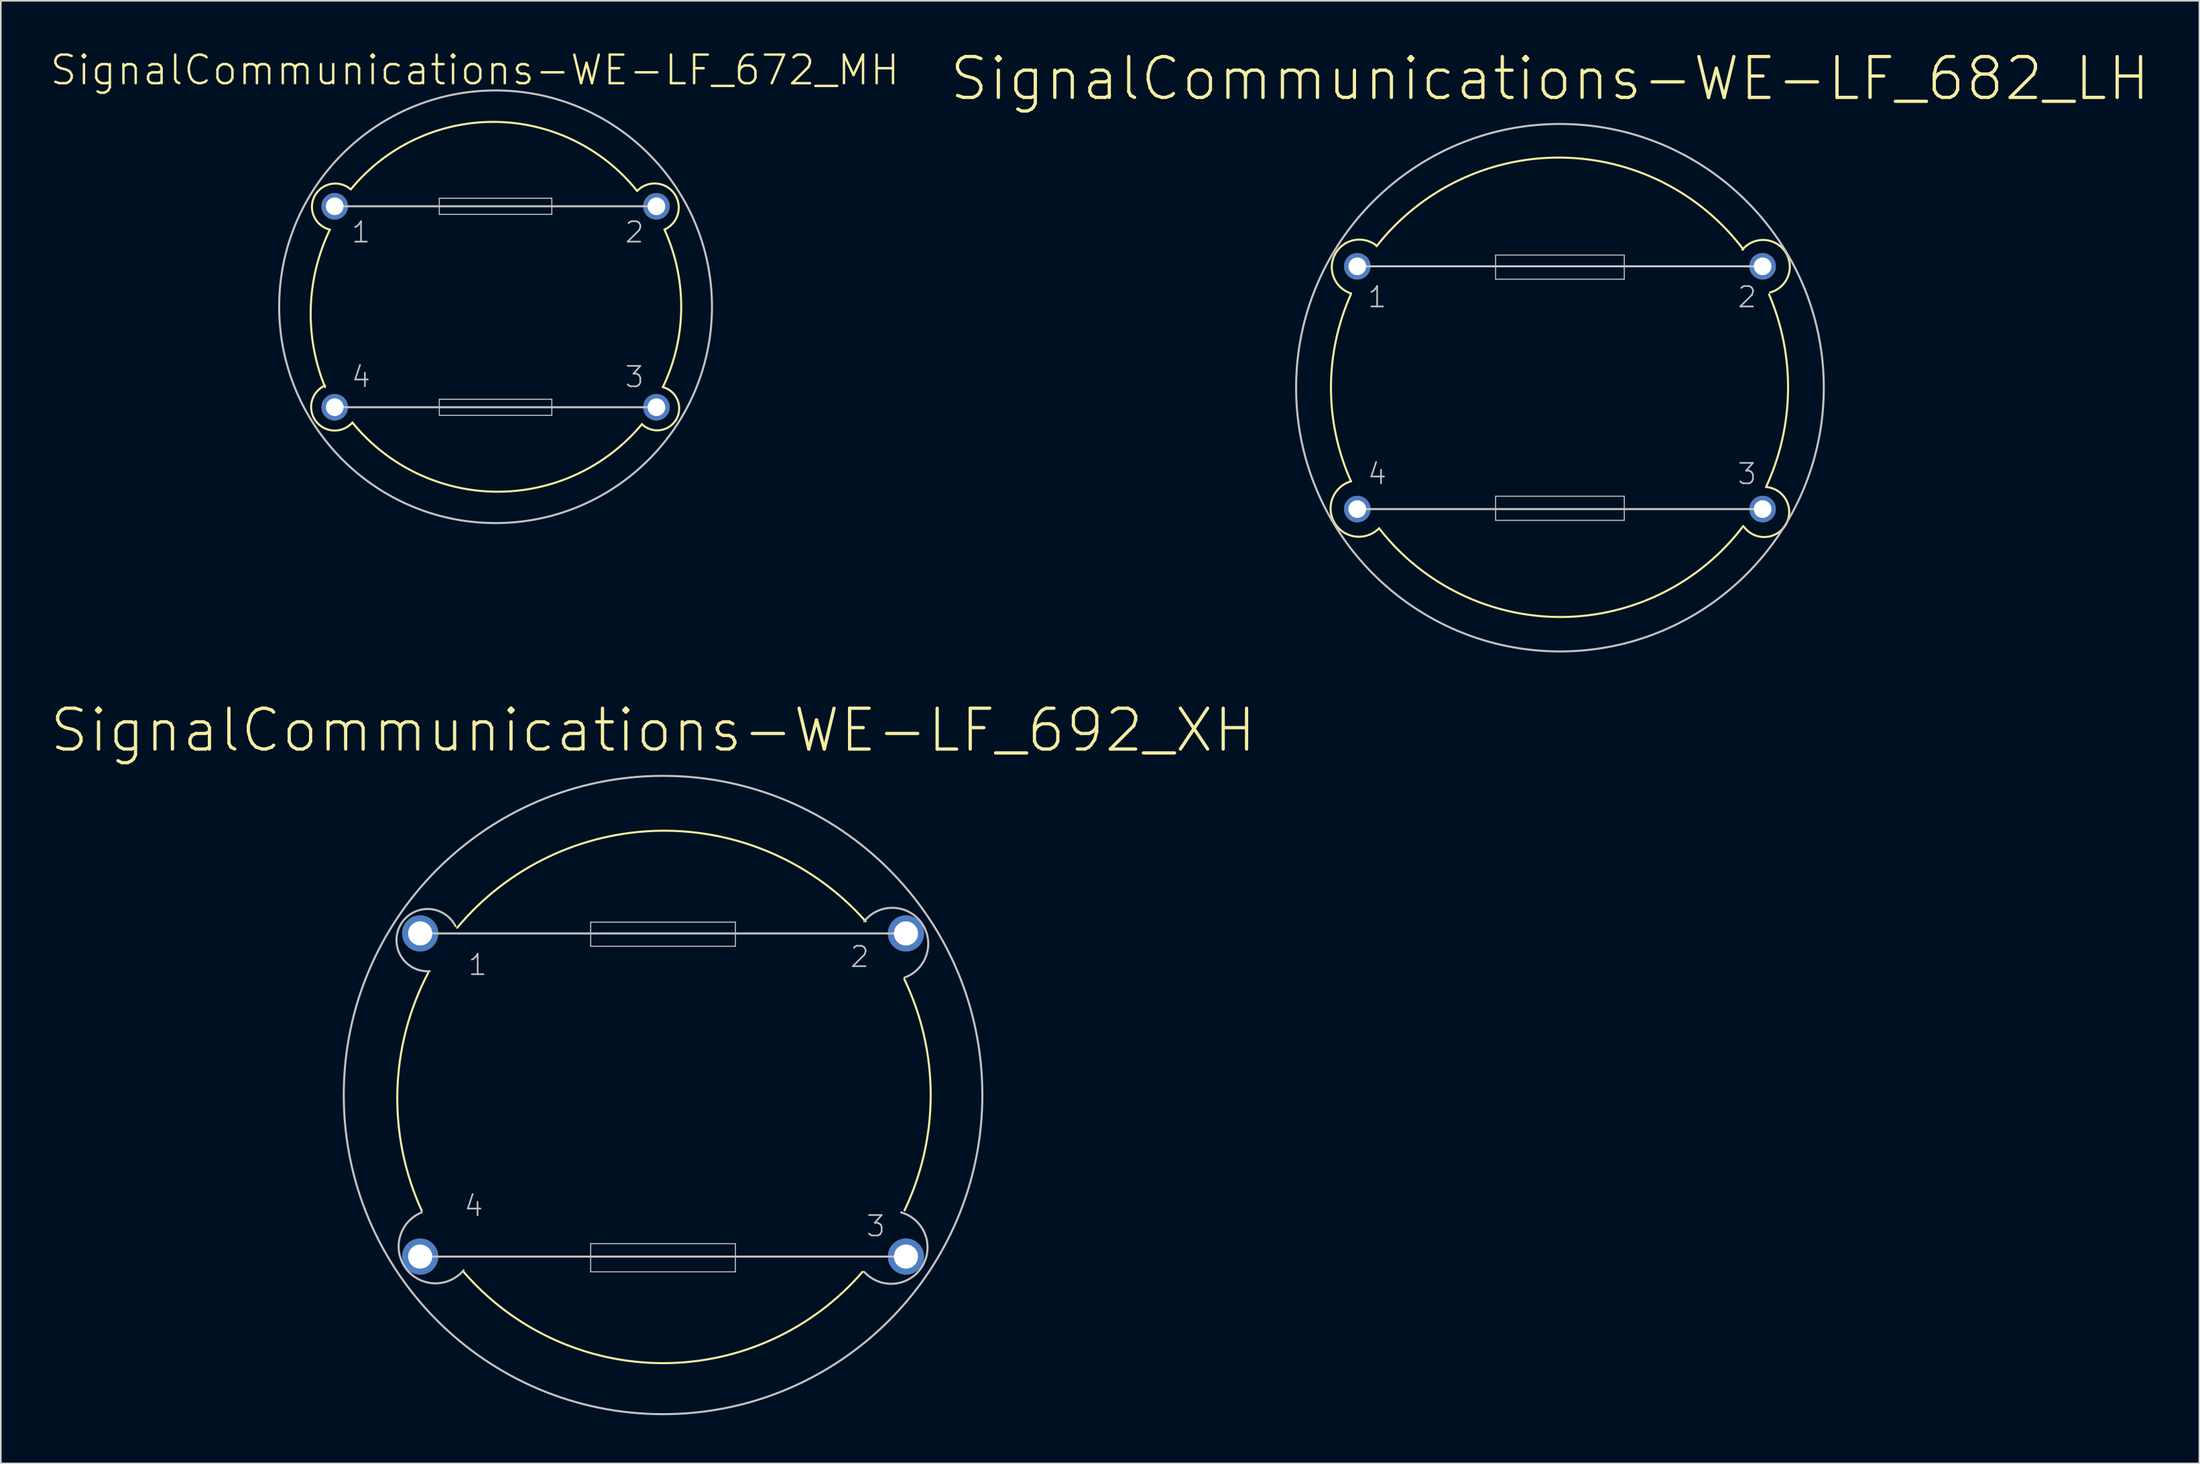
<source format=kicad_pcb>
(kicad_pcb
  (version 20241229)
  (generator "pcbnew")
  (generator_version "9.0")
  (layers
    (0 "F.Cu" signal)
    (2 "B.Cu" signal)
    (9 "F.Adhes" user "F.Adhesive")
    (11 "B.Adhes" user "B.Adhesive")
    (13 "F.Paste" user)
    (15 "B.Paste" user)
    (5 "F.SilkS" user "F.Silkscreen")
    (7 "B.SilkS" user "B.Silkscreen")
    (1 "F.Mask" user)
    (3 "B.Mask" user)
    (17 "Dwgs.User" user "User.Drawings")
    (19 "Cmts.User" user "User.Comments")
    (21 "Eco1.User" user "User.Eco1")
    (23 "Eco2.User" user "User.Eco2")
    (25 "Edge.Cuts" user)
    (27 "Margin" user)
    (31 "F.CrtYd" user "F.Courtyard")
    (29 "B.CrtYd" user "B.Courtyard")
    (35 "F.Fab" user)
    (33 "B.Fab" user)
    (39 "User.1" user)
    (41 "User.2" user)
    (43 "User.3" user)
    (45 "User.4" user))
  (footprint "SignalCommunications-WE-LF_672_MH"
    (layer "F.Cu")
    (at 27.755 16.027)
    (property "Reference" "SignalCommunications-WE-LF_672_MH" (at -1.288 -14.719 180) (layer "F.SilkS") (effects (font (size 1.778 1.778) (thickness 0.152))))
    (attr exclude_from_pos_files exclude_from_bom)
    (fp_arc (start -10.59942 4.99872) (mid -11.487353 0.070436) (end -10.302497 -4.795005) (stroke (width 0.127) (type solid)) (layer "F.SilkS"))
    (fp_arc (start -10.2997 -4.79806) (mid -11.250444 -6.879737) (end -9.000596 -7.298637) (stroke (width 0.127) (type solid)) (layer "F.SilkS"))
    (fp_arc (start -8.99922 -7.29996) (mid -0.079547 -11.497043) (end 8.795531 -7.206465) (stroke (width 0.127) (type solid)) (layer "F.SilkS"))
    (fp_arc (start -8.89762 7.19836) (mid -11.1771 7.105627) (end -10.602823 4.897724) (stroke (width 0.127) (type solid)) (layer "F.SilkS"))
    (fp_arc (start 8.79856 -7.19836) (mid 11.110493 -7.036627) (end 10.498881 -4.801202) (stroke (width 0.127) (type solid)) (layer "F.SilkS"))
    (fp_arc (start 9.09828 7.29996) (mid 0.079426 11.501421) (end -8.895477 7.206875) (stroke (width 0.127) (type solid)) (layer "F.SilkS"))
    (fp_arc (start 10.39876 4.99872) (mid 11.238035 6.991655) (end 9.097898 7.301471) (stroke (width 0.127) (type solid)) (layer "F.SilkS"))
    (fp_arc (start 10.49782 -4.79806) (mid 11.539678 0.107716) (end 10.402124 4.992189) (stroke (width 0.127) (type solid)) (layer "F.SilkS"))
    (fp_line (start -10 -6.248) (end 10 -6.248) (stroke (width 0.127) (type solid)) (layer "Dwgs.User"))
    (fp_line (start -10 6.248) (end 10 6.248) (stroke (width 0.127) (type solid)) (layer "Dwgs.User"))
    (fp_line (start -3.498 -6.749) (end 3.498 -6.749) (stroke (width 0.066) (type solid)) (layer "Dwgs.User"))
    (fp_line (start -3.498 -5.748) (end -3.498 -6.749) (stroke (width 0.066) (type solid)) (layer "Dwgs.User"))
    (fp_line (start -3.498 -5.748) (end 3.498 -5.748) (stroke (width 0.066) (type solid)) (layer "Dwgs.User"))
    (fp_line (start -3.498 5.748) (end 3.498 5.748) (stroke (width 0.066) (type solid)) (layer "Dwgs.User"))
    (fp_line (start -3.498 6.749) (end -3.498 5.748) (stroke (width 0.066) (type solid)) (layer "Dwgs.User"))
    (fp_line (start -3.498 6.749) (end 3.498 6.749) (stroke (width 0.066) (type solid)) (layer "Dwgs.User"))
    (fp_line (start 3.498 -5.748) (end 3.498 -6.749) (stroke (width 0.066) (type solid)) (layer "Dwgs.User"))
    (fp_line (start 3.498 6.749) (end 3.498 5.748) (stroke (width 0.066) (type solid)) (layer "Dwgs.User"))
    (fp_circle (center 0 0) (end 0 -13.452) (stroke (width 0.127) (type solid)) (fill no) (layer "Dwgs.User"))
    (fp_text user "3" (at 8.633 4.364 0) (layer "Dwgs.User") (effects (font (size 1.27 1.27) (thickness 0.102))))
    (fp_text user "1" (at -8.364 -4.633 0) (layer "Dwgs.User") (effects (font (size 1.27 1.27) (thickness 0.102))))
    (fp_text user "2" (at 8.633 -4.633 0) (layer "Dwgs.User") (effects (font (size 1.27 1.27) (thickness 0.102))))
    (fp_text user "4" (at -8.364 4.364 0) (layer "Dwgs.User") (effects (font (size 1.27 1.27) (thickness 0.102))))
    (pad "1" thru_hole circle (at -10 -6.248) (size 1.648 1.648) (drill 1.1) (layers "*.Cu" "*.Paste" "*.Mask"))
    (pad "2" thru_hole circle (at 10 -6.248) (size 1.648 1.648) (drill 1.1) (layers "*.Cu" "*.Paste" "*.Mask"))
    (pad "3" thru_hole circle (at 10 6.248) (size 1.648 1.648) (drill 1.1) (layers "*.Cu" "*.Paste" "*.Mask"))
    (pad "4" thru_hole circle (at -10 6.248) (size 1.648 1.648) (drill 1.1) (layers "*.Cu" "*.Paste" "*.Mask")))
  (footprint "SignalCommunications-WE-LF_682_LH"
    (layer "F.Cu")
    (at 93.918 21.06)
    (property "Reference" "SignalCommunications-WE-LF_682_LH" (at -0.62 -19.218 0) (layer "F.SilkS") (effects (font (size 2.54 2.54) (thickness 0.203))))
    (attr exclude_from_pos_files exclude_from_bom)
    (fp_arc (start -12.99972 5.79882) (mid -14.234428 0.010023) (end -13.007874 -5.780507) (stroke (width 0.127) (type solid)) (layer "F.SilkS"))
    (fp_arc (start -12.9794 -5.85978) (mid -13.97644 -8.310134) (end -11.380417 -8.819041) (stroke (width 0.127) (type solid)) (layer "F.SilkS"))
    (fp_arc (start -11.39952 -8.79856) (mid 0.046312 -14.310041) (end 11.39662 -8.604431) (stroke (width 0.127) (type solid)) (layer "F.SilkS"))
    (fp_arc (start -11.2395 8.7376) (mid -14.009642 8.411486) (end -12.979936 5.819239) (stroke (width 0.127) (type solid)) (layer "F.SilkS"))
    (fp_arc (start 11.33856 -8.57758) (mid 14.021229 -8.430696) (end 13.061298 -5.921349) (stroke (width 0.127) (type solid)) (layer "F.SilkS"))
    (fp_arc (start 11.39952 8.5979) (mid 0.152247 14.259577) (end -11.19591 8.802924) (stroke (width 0.127) (type solid)) (layer "F.SilkS"))
    (fp_arc (start 12.85748 6.17982) (mid 14.052777 8.48897) (end 11.459812 8.682464) (stroke (width 0.127) (type solid)) (layer "F.SilkS"))
    (fp_arc (start 12.99972 -5.79882) (mid 14.177917 0.210119) (end 12.810198 6.178774) (stroke (width 0.127) (type solid)) (layer "F.SilkS"))
    (fp_line (start -12.598 -7.549) (end 12.598 -7.549) (stroke (width 0.127) (type solid)) (layer "Dwgs.User"))
    (fp_line (start -12.598 7.549) (end 12.598 7.549) (stroke (width 0.127) (type solid)) (layer "Dwgs.User"))
    (fp_line (start -3.998 -8.25) (end 3.998 -8.25) (stroke (width 0.066) (type solid)) (layer "Dwgs.User"))
    (fp_line (start -3.998 -6.749) (end -3.998 -8.25) (stroke (width 0.066) (type solid)) (layer "Dwgs.User"))
    (fp_line (start -3.998 -6.749) (end 3.998 -6.749) (stroke (width 0.066) (type solid)) (layer "Dwgs.User"))
    (fp_line (start -3.998 6.749) (end 3.998 6.749) (stroke (width 0.066) (type solid)) (layer "Dwgs.User"))
    (fp_line (start -3.998 8.25) (end -3.998 6.749) (stroke (width 0.066) (type solid)) (layer "Dwgs.User"))
    (fp_line (start -3.998 8.25) (end 3.998 8.25) (stroke (width 0.066) (type solid)) (layer "Dwgs.User"))
    (fp_line (start 3.998 -6.749) (end 3.998 -8.25) (stroke (width 0.066) (type solid)) (layer "Dwgs.User"))
    (fp_line (start 3.998 8.25) (end 3.998 6.749) (stroke (width 0.066) (type solid)) (layer "Dwgs.User"))
    (fp_circle (center 0 0) (end 0 -16.401) (stroke (width 0.127) (type solid)) (fill no) (layer "Dwgs.User"))
    (fp_text user "1" (at -11.364 -5.634 0) (layer "Dwgs.User") (effects (font (size 1.27 1.27) (thickness 0.102))))
    (fp_text user "3" (at 11.633 5.364 0) (layer "Dwgs.User") (effects (font (size 1.27 1.27) (thickness 0.102))))
    (fp_text user "2" (at 11.633 -5.634 0) (layer "Dwgs.User") (effects (font (size 1.27 1.27) (thickness 0.102))))
    (fp_text user "4" (at -11.364 5.364 0) (layer "Dwgs.User") (effects (font (size 1.27 1.27) (thickness 0.102))))
    (pad "1" thru_hole circle (at -12.598 -7.549) (size 1.648 1.648) (drill 1.1) (layers "*.Cu" "*.Paste" "*.Mask"))
    (pad "2" thru_hole circle (at 12.598 -7.549) (size 1.648 1.648) (drill 1.1) (layers "*.Cu" "*.Paste" "*.Mask"))
    (pad "3" thru_hole circle (at 12.598 7.549) (size 1.648 1.648) (drill 1.1) (layers "*.Cu" "*.Paste" "*.Mask"))
    (pad "4" thru_hole circle (at -12.598 7.549) (size 1.648 1.648) (drill 1.1) (layers "*.Cu" "*.Paste" "*.Mask")))
  (footprint "SignalCommunications-WE-LF_692_XH"
    (layer "F.Cu")
    (at 38.166 65.047)
    (property "Reference" "SignalCommunications-WE-LF_692_XH" (at -0.62 -22.68 0) (layer "F.SilkS") (effects (font (size 2.54 2.54) (thickness 0.203))))
    (attr exclude_from_pos_files exclude_from_bom)
    (fp_arc (start -14.9987 7.19836) (mid -16.51501 -0.245069) (end -14.602043 -7.596557) (stroke (width 0.127) (type solid)) (layer "F.SilkS"))
    (fp_arc (start -12.79906 -10.39876) (mid -0.194088 -16.433421) (end 12.595767 -10.801189) (stroke (width 0.127) (type solid)) (layer "F.SilkS"))
    (fp_arc (start 12.39774 10.9982) (mid 0.002242 16.675355) (end -12.39481 11.001595) (stroke (width 0.127) (type solid)) (layer "F.SilkS"))
    (fp_arc (start 14.9987 -7.19836) (mid 16.636624 -0.01099) (end 15.008198 7.178537) (stroke (width 0.127) (type solid)) (layer "F.SilkS"))
    (fp_line (start -15.098 -10.048) (end 15.098 -10.048) (stroke (width 0.127) (type solid)) (layer "Dwgs.User"))
    (fp_line (start -15.098 10.048) (end 15.098 10.048) (stroke (width 0.127) (type solid)) (layer "Dwgs.User"))
    (fp_line (start -4.498 -10.749) (end 4.498 -10.749) (stroke (width 0.066) (type solid)) (layer "Dwgs.User"))
    (fp_line (start -4.498 -9.248) (end -4.498 -10.749) (stroke (width 0.066) (type solid)) (layer "Dwgs.User"))
    (fp_line (start -4.498 -9.248) (end 4.498 -9.248) (stroke (width 0.066) (type solid)) (layer "Dwgs.User"))
    (fp_line (start -4.498 9.248) (end 4.498 9.248) (stroke (width 0.066) (type solid)) (layer "Dwgs.User"))
    (fp_line (start -4.498 10.998) (end -4.498 9.248) (stroke (width 0.066) (type solid)) (layer "Dwgs.User"))
    (fp_line (start -4.498 10.998) (end 4.498 10.998) (stroke (width 0.066) (type solid)) (layer "Dwgs.User"))
    (fp_line (start 4.498 -9.248) (end 4.498 -10.749) (stroke (width 0.066) (type solid)) (layer "Dwgs.User"))
    (fp_line (start 4.498 10.998) (end 4.498 9.248) (stroke (width 0.066) (type solid)) (layer "Dwgs.User"))
    (fp_arc (start -14.49832 -7.69874) (mid -16.316588 -10.590695) (end -12.90168 -10.501805) (stroke (width 0.127) (type solid)) (layer "Dwgs.User"))
    (fp_arc (start -12.39774 10.89914) (mid -16.003082 10.764462) (end -15.000193 7.298796) (stroke (width 0.127) (type solid)) (layer "Dwgs.User"))
    (fp_arc (start 12.49934 -10.79754) (mid 16.067512 -10.707396) (end 15.003283 -7.300433) (stroke (width 0.127) (type solid)) (layer "Dwgs.User"))
    (fp_arc (start 14.79804 7.29996) (mid 16.10199 10.669138) (end 12.504484 11.000183) (stroke (width 0.127) (type solid)) (layer "Dwgs.User"))
    (fp_circle (center 0 0) (end 0 -19.848) (stroke (width 0.127) (type solid)) (fill no) (layer "Dwgs.User"))
    (fp_text user "4" (at -11.773 6.904 0) (layer "Dwgs.User") (effects (font (size 1.27 1.27) (thickness 0.102))))
    (fp_text user "1" (at -11.524 -8.095 0) (layer "Dwgs.User") (effects (font (size 1.27 1.27) (thickness 0.102))))
    (fp_text user "2" (at 12.222 -8.593 0) (layer "Dwgs.User") (effects (font (size 1.27 1.27) (thickness 0.102))))
    (fp_text user "3" (at 13.223 8.153 0) (layer "Dwgs.User") (effects (font (size 1.27 1.27) (thickness 0.102))))
    (pad "1" thru_hole circle (at -15.098 -10.048) (size 2.248 2.248) (drill 1.499) (layers "*.Cu" "*.Paste" "*.Mask"))
    (pad "2" thru_hole circle (at 15.098 -10.048) (size 2.248 2.248) (drill 1.499) (layers "*.Cu" "*.Paste" "*.Mask"))
    (pad "3" thru_hole circle (at 15.098 10.048) (size 2.248 2.248) (drill 1.499) (layers "*.Cu" "*.Paste" "*.Mask"))
    (pad "4" thru_hole circle (at -15.098 10.048) (size 2.248 2.248) (drill 1.499) (layers "*.Cu" "*.Paste" "*.Mask")))
  (gr_rect
    (start -3 -3)
    (end 133.663 87.958)
    (stroke (width 0.1) (type default))
    (fill no)
    (layer "Edge.Cuts")))
</source>
